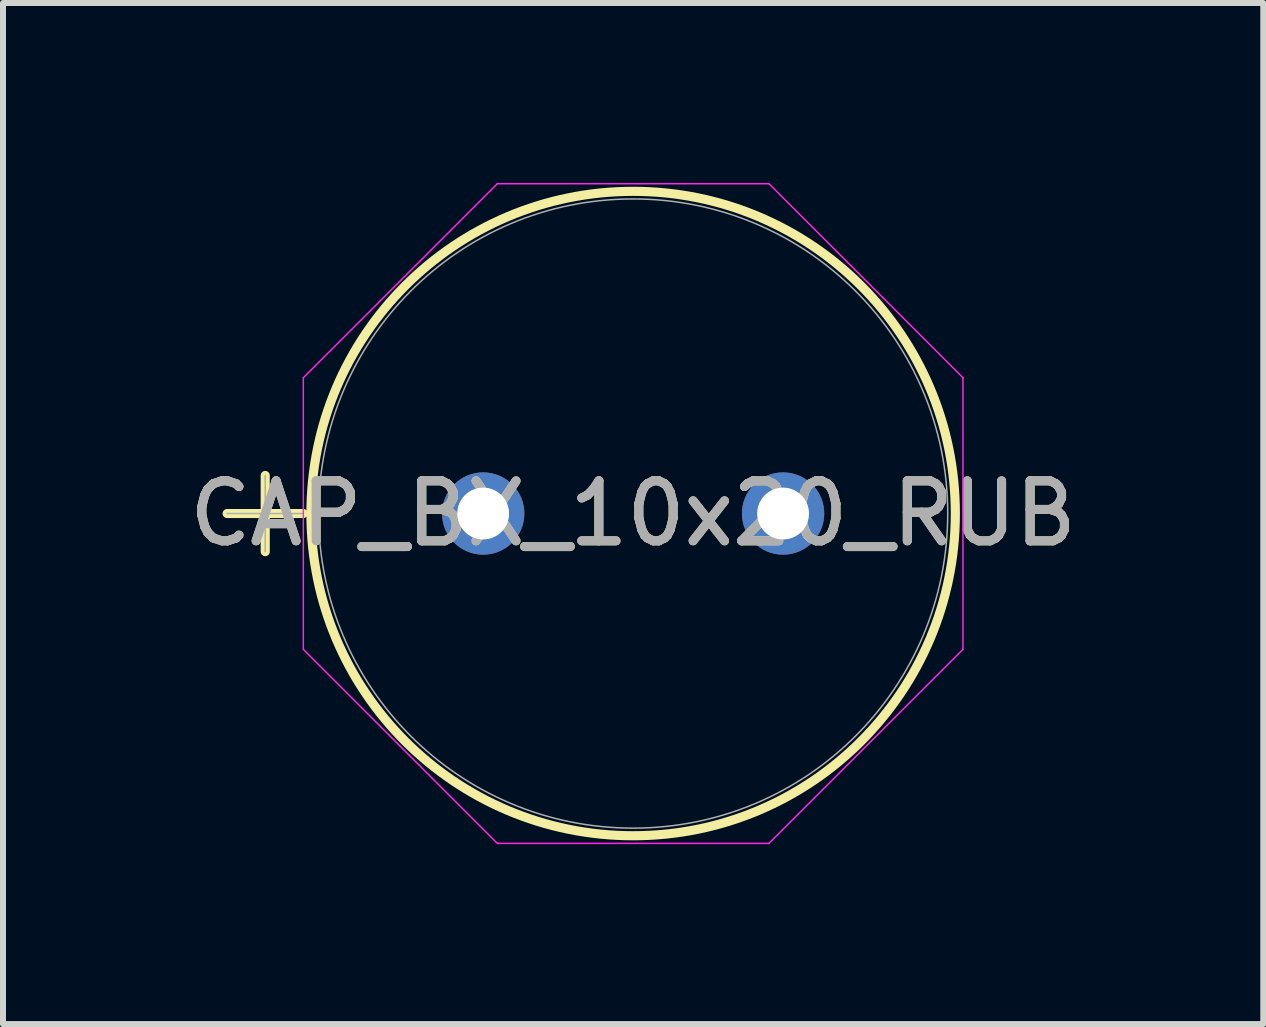
<source format=kicad_pcb>
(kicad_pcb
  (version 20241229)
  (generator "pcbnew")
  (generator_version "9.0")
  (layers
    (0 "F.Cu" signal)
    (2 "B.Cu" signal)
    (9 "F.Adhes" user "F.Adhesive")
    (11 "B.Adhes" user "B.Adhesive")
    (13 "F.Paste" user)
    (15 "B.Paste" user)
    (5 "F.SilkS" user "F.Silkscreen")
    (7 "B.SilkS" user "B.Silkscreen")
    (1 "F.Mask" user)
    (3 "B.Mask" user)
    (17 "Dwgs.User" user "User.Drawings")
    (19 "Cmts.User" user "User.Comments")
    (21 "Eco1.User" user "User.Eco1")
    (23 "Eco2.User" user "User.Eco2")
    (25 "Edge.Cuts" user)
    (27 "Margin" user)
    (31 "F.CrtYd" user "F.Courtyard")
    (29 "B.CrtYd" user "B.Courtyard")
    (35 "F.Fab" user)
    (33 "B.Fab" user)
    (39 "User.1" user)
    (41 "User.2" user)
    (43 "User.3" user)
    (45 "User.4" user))
  (footprint "CAP_BX_10x20_RUB"
    (layer "F.Cu")
    (at 5.006 5.512)
    (property "Reference" "CAP_BX_10x20_RUB" (at 2.5 0 0) (unlocked yes) (layer "F.SilkS") (effects (font (size 1 1) (thickness 0.15))))
    (attr through_hole)
    (fp_line (start -4.269 0) (end -2.999 0) (stroke (width 0.152) (type solid)) (layer "F.SilkS"))
    (fp_line (start -3.634 -0.635) (end -3.634 0.635) (stroke (width 0.152) (type solid)) (layer "F.SilkS"))
    (fp_circle (center 2.5 0) (end 7.872 0) (stroke (width 0.152) (type solid)) (fill no) (layer "F.SilkS"))
    (fp_line (start -2.999 -2.264) (end 0.236 -5.499) (stroke (width 0.025) (type solid)) (layer "F.CrtYd"))
    (fp_line (start -2.999 2.264) (end -2.999 -2.264) (stroke (width 0.025) (type solid)) (layer "F.CrtYd"))
    (fp_line (start 0.236 -5.499) (end 4.764 -5.499) (stroke (width 0.025) (type solid)) (layer "F.CrtYd"))
    (fp_line (start 0.236 5.499) (end -2.999 2.264) (stroke (width 0.025) (type solid)) (layer "F.CrtYd"))
    (fp_line (start 4.764 -5.499) (end 7.999 -2.264) (stroke (width 0.025) (type solid)) (layer "F.CrtYd"))
    (fp_line (start 4.764 5.499) (end 0.236 5.499) (stroke (width 0.025) (type solid)) (layer "F.CrtYd"))
    (fp_line (start 7.999 -2.264) (end 7.999 2.264) (stroke (width 0.025) (type solid)) (layer "F.CrtYd"))
    (fp_line (start 7.999 2.264) (end 4.764 5.499) (stroke (width 0.025) (type solid)) (layer "F.CrtYd"))
    (fp_line (start -4.269 0) (end -2.999 0) (stroke (width 0.025) (type solid)) (layer "F.Fab"))
    (fp_line (start -3.634 -0.635) (end -3.634 0.635) (stroke (width 0.025) (type solid)) (layer "F.Fab"))
    (fp_circle (center 2.5 0) (end 7.745 0) (stroke (width 0.025) (type solid)) (fill no) (layer "F.Fab"))
    (fp_text user "${REFERENCE}" (at 2.5 0 0) (unlocked yes) (layer "F.Fab") (effects (font (size 1 1) (thickness 0.15))))
    (pad "1" thru_hole circle (at 0 0) (size 1.372 1.372) (drill 0.864) (layers "*.Cu" "*.Mask"))
    (pad "2" thru_hole circle (at 5 0) (size 1.372 1.372) (drill 0.864) (layers "*.Cu" "*.Mask")))
  (gr_rect
    (start -3 -3)
    (end 18.012 14.024)
    (stroke (width 0.1) (type default))
    (fill no)
    (layer "Edge.Cuts")))
</source>
